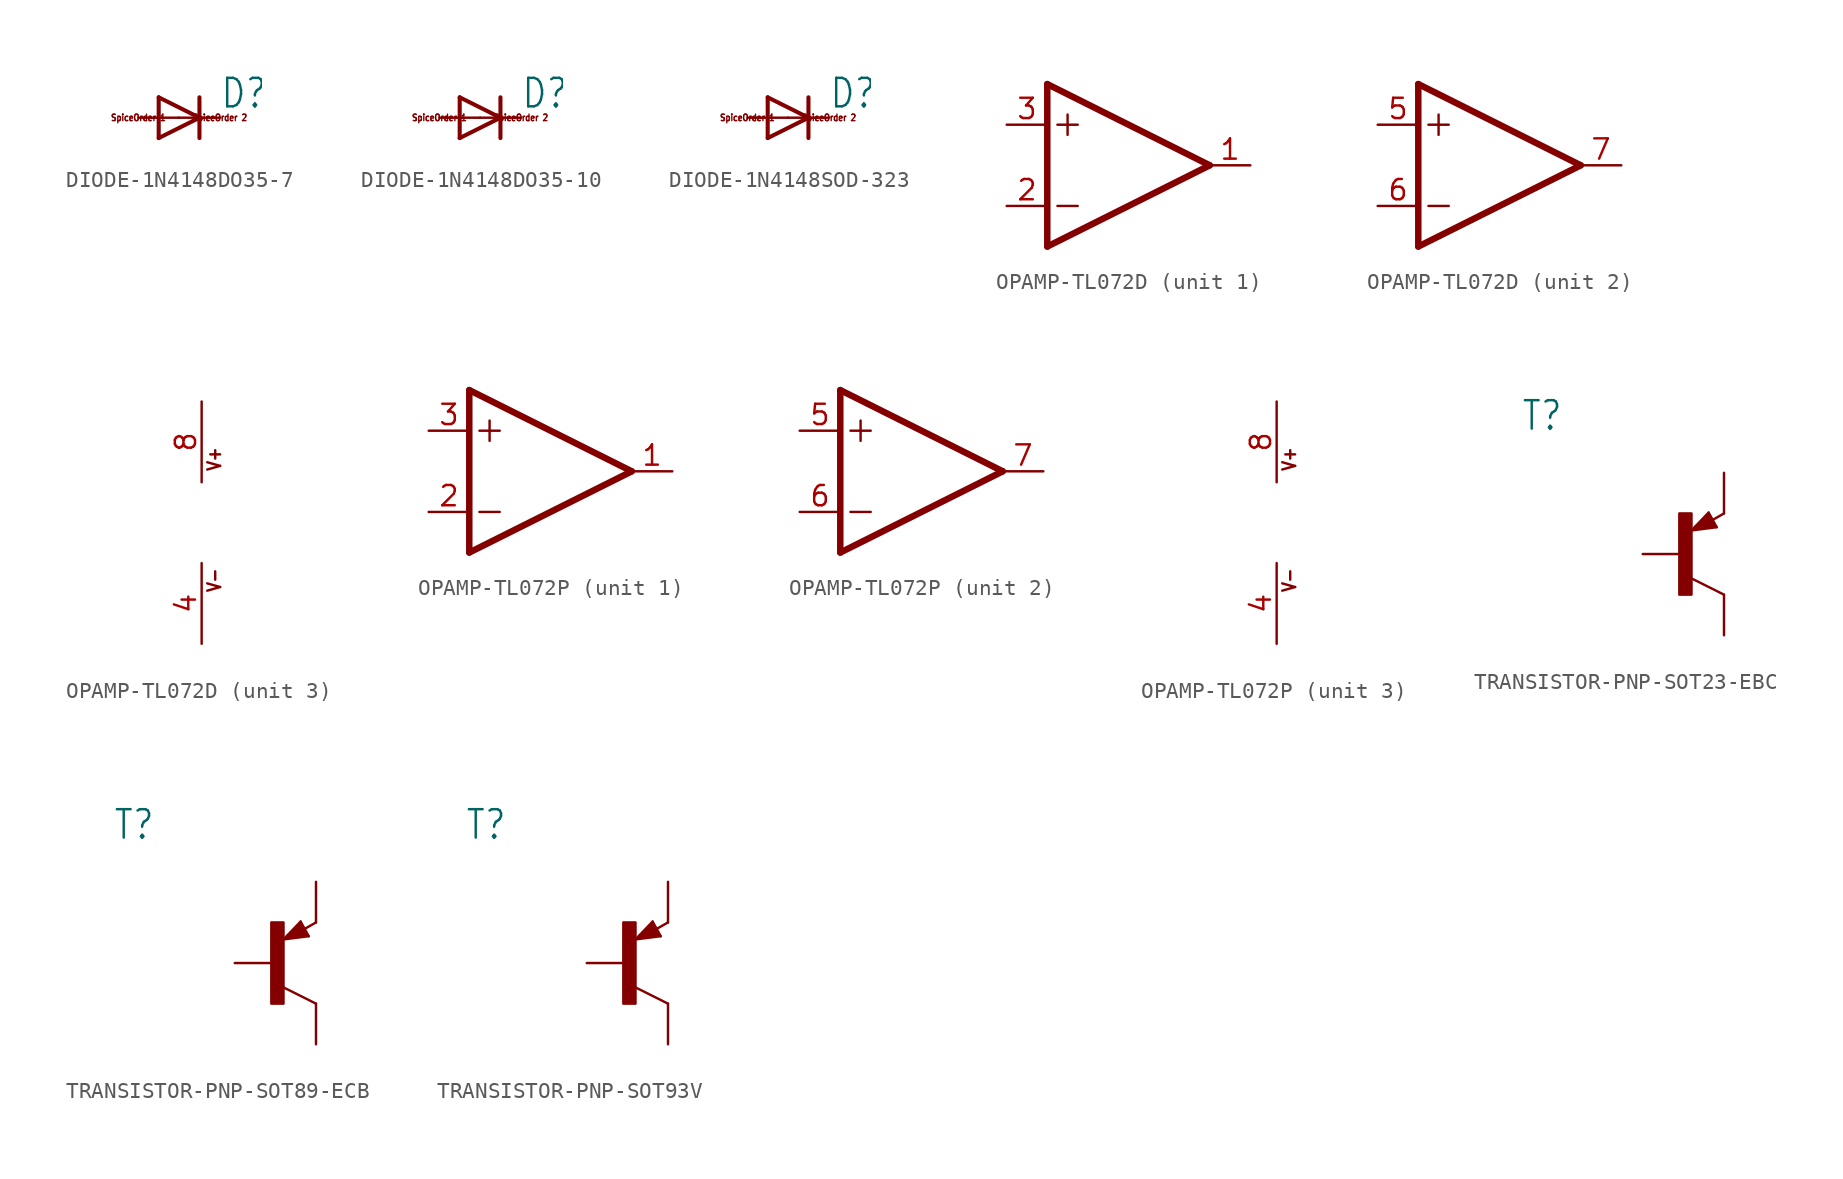
<source format=kicad_sym>
(kicad_symbol_lib
  (version 20231120)
  (generator "kicad_symbol_editor")
  (generator_version "8.0")
  (symbol "DIODE-1N4148DO35-7"
    (property "Reference" "D"
      (at 2.54 0.483 0)
      (effects (font (size 1.778 1.511)) (justify left bottom)))
    (property "Value" ""
      (at 2.54 -2.311 0)
      (effects (font (size 1.778 1.511)) (justify left bottom)))
    (property "ki_locked" ""
      (at 0 0 0)
      (effects (font (size 1.27 1.27))))
    (symbol "DIODE-1N4148DO35-7_1_0"
      (polyline (pts (xy -1.27 -1.27) (xy 1.27 0)) (stroke (width 0.254) (type solid)) (fill (type none)))
      (polyline (pts (xy -1.27 1.27) (xy -1.27 -1.27)) (stroke (width 0.254) (type solid)) (fill (type none)))
      (polyline (pts (xy 1.27 0) (xy -1.27 1.27)) (stroke (width 0.254) (type solid)) (fill (type none)))
      (polyline (pts (xy 1.27 0) (xy 1.27 -1.27)) (stroke (width 0.254) (type solid)) (fill (type none)))
      (polyline (pts (xy 1.27 1.27) (xy 1.27 0)) (stroke (width 0.254) (type solid)) (fill (type none)))
      (text "SpiceOrder 1" (at -2.54 0 0) (effects (font (size 0.406 0.345))))
      (text "SpiceOrder 2" (at 2.54 0 0) (effects (font (size 0.406 0.345))))
      (pin passive line (at -2.54 0 0) (length 2.54) (name "A" (effects (font (size 0 0)))) (number "A" (effects (font (size 0 0)))))
      (pin passive line (at 2.54 0 180) (length 2.54) (name "C" (effects (font (size 0 0)))) (number "C" (effects (font (size 0 0)))))))
  (symbol "DIODE-1N4148DO35-10"
    (property "Reference" "D"
      (at 2.54 0.483 0)
      (effects (font (size 1.778 1.511)) (justify left bottom)))
    (property "Value" ""
      (at 2.54 -2.311 0)
      (effects (font (size 1.778 1.511)) (justify left bottom)))
    (property "ki_locked" ""
      (at 0 0 0)
      (effects (font (size 1.27 1.27))))
    (symbol "DIODE-1N4148DO35-10_1_0"
      (polyline (pts (xy -1.27 -1.27) (xy 1.27 0)) (stroke (width 0.254) (type solid)) (fill (type none)))
      (polyline (pts (xy -1.27 1.27) (xy -1.27 -1.27)) (stroke (width 0.254) (type solid)) (fill (type none)))
      (polyline (pts (xy 1.27 0) (xy -1.27 1.27)) (stroke (width 0.254) (type solid)) (fill (type none)))
      (polyline (pts (xy 1.27 0) (xy 1.27 -1.27)) (stroke (width 0.254) (type solid)) (fill (type none)))
      (polyline (pts (xy 1.27 1.27) (xy 1.27 0)) (stroke (width 0.254) (type solid)) (fill (type none)))
      (text "SpiceOrder 1" (at -2.54 0 0) (effects (font (size 0.406 0.345))))
      (text "SpiceOrder 2" (at 2.54 0 0) (effects (font (size 0.406 0.345))))
      (pin passive line (at -2.54 0 0) (length 2.54) (name "A" (effects (font (size 0 0)))) (number "A" (effects (font (size 0 0)))))
      (pin passive line (at 2.54 0 180) (length 2.54) (name "C" (effects (font (size 0 0)))) (number "C" (effects (font (size 0 0)))))))
  (symbol "DIODE-1N4148SOD-323"
    (property "Reference" "D"
      (at 2.54 0.483 0)
      (effects (font (size 1.778 1.511)) (justify left bottom)))
    (property "Value" ""
      (at 2.54 -2.311 0)
      (effects (font (size 1.778 1.511)) (justify left bottom)))
    (property "ki_locked" ""
      (at 0 0 0)
      (effects (font (size 1.27 1.27))))
    (symbol "DIODE-1N4148SOD-323_1_0"
      (polyline (pts (xy -1.27 -1.27) (xy 1.27 0)) (stroke (width 0.254) (type solid)) (fill (type none)))
      (polyline (pts (xy -1.27 1.27) (xy -1.27 -1.27)) (stroke (width 0.254) (type solid)) (fill (type none)))
      (polyline (pts (xy 1.27 0) (xy -1.27 1.27)) (stroke (width 0.254) (type solid)) (fill (type none)))
      (polyline (pts (xy 1.27 0) (xy 1.27 -1.27)) (stroke (width 0.254) (type solid)) (fill (type none)))
      (polyline (pts (xy 1.27 1.27) (xy 1.27 0)) (stroke (width 0.254) (type solid)) (fill (type none)))
      (text "SpiceOrder 1" (at -2.54 0 0) (effects (font (size 0.406 0.345))))
      (text "SpiceOrder 2" (at 2.54 0 0) (effects (font (size 0.406 0.345))))
      (pin passive line (at -2.54 0 0) (length 2.54) (name "A" (effects (font (size 0 0)))) (number "A" (effects (font (size 0 0)))))
      (pin passive line (at 2.54 0 180) (length 2.54) (name "C" (effects (font (size 0 0)))) (number "C" (effects (font (size 0 0)))))))
  (symbol "OPAMP-TL072D"
    (property "Reference" "IC"
      (at 2.54 3.175 0)
      (effects (font (size 1.778 1.511)) (justify left bottom) (hide yes)))
    (property "ki_locked" ""
      (at 0 0 0)
      (effects (font (size 1.27 1.27))))
    (symbol "OPAMP-TL072D_1_0"
      (polyline (pts (xy -5.08 -5.08) (xy 5.08 0)) (stroke (width 0.406) (type solid)) (fill (type none)))
      (polyline (pts (xy -5.08 5.08) (xy -5.08 -5.08)) (stroke (width 0.406) (type solid)) (fill (type none)))
      (polyline (pts (xy -4.445 -2.54) (xy -3.175 -2.54)) (stroke (width 0.152) (type solid)) (fill (type none)))
      (polyline (pts (xy -4.445 2.54) (xy -3.175 2.54)) (stroke (width 0.152) (type solid)) (fill (type none)))
      (polyline (pts (xy -3.81 3.175) (xy -3.81 1.905)) (stroke (width 0.152) (type solid)) (fill (type none)))
      (polyline (pts (xy 5.08 0) (xy -5.08 5.08)) (stroke (width 0.406) (type solid)) (fill (type none)))
      (pin output line (at 7.62 0 180) (length 2.54) (name "OUT" (effects (font (size 0 0)))) (number "1" (effects (font (size 1.27 1.27)))))
      (pin input line (at -7.62 -2.54 0) (length 2.54) (name "-IN" (effects (font (size 0 0)))) (number "2" (effects (font (size 1.27 1.27)))))
      (pin input line (at -7.62 2.54 0) (length 2.54) (name "+IN" (effects (font (size 0 0)))) (number "3" (effects (font (size 1.27 1.27))))))
    (symbol "OPAMP-TL072D_2_0"
      (polyline (pts (xy -5.08 -5.08) (xy 5.08 0)) (stroke (width 0.406) (type solid)) (fill (type none)))
      (polyline (pts (xy -5.08 5.08) (xy -5.08 -5.08)) (stroke (width 0.406) (type solid)) (fill (type none)))
      (polyline (pts (xy -4.445 -2.54) (xy -3.175 -2.54)) (stroke (width 0.152) (type solid)) (fill (type none)))
      (polyline (pts (xy -4.445 2.54) (xy -3.175 2.54)) (stroke (width 0.152) (type solid)) (fill (type none)))
      (polyline (pts (xy -3.81 3.175) (xy -3.81 1.905)) (stroke (width 0.152) (type solid)) (fill (type none)))
      (polyline (pts (xy 5.08 0) (xy -5.08 5.08)) (stroke (width 0.406) (type solid)) (fill (type none)))
      (pin input line (at -7.62 2.54 0) (length 2.54) (name "+IN" (effects (font (size 0 0)))) (number "5" (effects (font (size 1.27 1.27)))))
      (pin input line (at -7.62 -2.54 0) (length 2.54) (name "-IN" (effects (font (size 0 0)))) (number "6" (effects (font (size 1.27 1.27)))))
      (pin output line (at 7.62 0 180) (length 2.54) (name "OUT" (effects (font (size 0 0)))) (number "7" (effects (font (size 1.27 1.27))))))
    (symbol "OPAMP-TL072D_3_0"
      (text "V+" (at 1.27 3.175 900) (effects (font (size 0.813 0.691)) (justify left bottom)))
      (text "V-" (at 1.27 -4.445 900) (effects (font (size 0.813 0.691)) (justify left bottom)))
      (pin power_in line (at 0 -7.62 90) (length 5.08) (name "V-" (effects (font (size 0 0)))) (number "4" (effects (font (size 1.27 1.27)))))
      (pin power_in line (at 0 7.62 270) (length 5.08) (name "V+" (effects (font (size 0 0)))) (number "8" (effects (font (size 1.27 1.27)))))))
  (symbol "OPAMP-TL072P"
    (property "Reference" "IC"
      (at 2.54 3.175 0)
      (effects (font (size 1.778 1.511)) (justify left bottom) (hide yes)))
    (property "ki_locked" ""
      (at 0 0 0)
      (effects (font (size 1.27 1.27))))
    (symbol "OPAMP-TL072P_1_0"
      (polyline (pts (xy -5.08 -5.08) (xy 5.08 0)) (stroke (width 0.406) (type solid)) (fill (type none)))
      (polyline (pts (xy -5.08 5.08) (xy -5.08 -5.08)) (stroke (width 0.406) (type solid)) (fill (type none)))
      (polyline (pts (xy -4.445 -2.54) (xy -3.175 -2.54)) (stroke (width 0.152) (type solid)) (fill (type none)))
      (polyline (pts (xy -4.445 2.54) (xy -3.175 2.54)) (stroke (width 0.152) (type solid)) (fill (type none)))
      (polyline (pts (xy -3.81 3.175) (xy -3.81 1.905)) (stroke (width 0.152) (type solid)) (fill (type none)))
      (polyline (pts (xy 5.08 0) (xy -5.08 5.08)) (stroke (width 0.406) (type solid)) (fill (type none)))
      (pin output line (at 7.62 0 180) (length 2.54) (name "OUT" (effects (font (size 0 0)))) (number "1" (effects (font (size 1.27 1.27)))))
      (pin input line (at -7.62 -2.54 0) (length 2.54) (name "-IN" (effects (font (size 0 0)))) (number "2" (effects (font (size 1.27 1.27)))))
      (pin input line (at -7.62 2.54 0) (length 2.54) (name "+IN" (effects (font (size 0 0)))) (number "3" (effects (font (size 1.27 1.27))))))
    (symbol "OPAMP-TL072P_2_0"
      (polyline (pts (xy -5.08 -5.08) (xy 5.08 0)) (stroke (width 0.406) (type solid)) (fill (type none)))
      (polyline (pts (xy -5.08 5.08) (xy -5.08 -5.08)) (stroke (width 0.406) (type solid)) (fill (type none)))
      (polyline (pts (xy -4.445 -2.54) (xy -3.175 -2.54)) (stroke (width 0.152) (type solid)) (fill (type none)))
      (polyline (pts (xy -4.445 2.54) (xy -3.175 2.54)) (stroke (width 0.152) (type solid)) (fill (type none)))
      (polyline (pts (xy -3.81 3.175) (xy -3.81 1.905)) (stroke (width 0.152) (type solid)) (fill (type none)))
      (polyline (pts (xy 5.08 0) (xy -5.08 5.08)) (stroke (width 0.406) (type solid)) (fill (type none)))
      (pin input line (at -7.62 2.54 0) (length 2.54) (name "+IN" (effects (font (size 0 0)))) (number "5" (effects (font (size 1.27 1.27)))))
      (pin input line (at -7.62 -2.54 0) (length 2.54) (name "-IN" (effects (font (size 0 0)))) (number "6" (effects (font (size 1.27 1.27)))))
      (pin output line (at 7.62 0 180) (length 2.54) (name "OUT" (effects (font (size 0 0)))) (number "7" (effects (font (size 1.27 1.27))))))
    (symbol "OPAMP-TL072P_3_0"
      (text "V+" (at 1.27 3.175 900) (effects (font (size 0.813 0.691)) (justify left bottom)))
      (text "V-" (at 1.27 -4.445 900) (effects (font (size 0.813 0.691)) (justify left bottom)))
      (pin power_in line (at 0 -7.62 90) (length 5.08) (name "V-" (effects (font (size 0 0)))) (number "4" (effects (font (size 1.27 1.27)))))
      (pin power_in line (at 0 7.62 270) (length 5.08) (name "V+" (effects (font (size 0 0)))) (number "8" (effects (font (size 1.27 1.27)))))))
  (symbol "TRANSISTOR-PNP-SOT23-EBC"
    (property "Reference" "T"
      (at -10.16 7.62 0)
      (effects (font (size 1.778 1.511)) (justify left bottom)))
    (property "Value" ""
      (at -10.16 5.08 0)
      (effects (font (size 1.778 1.511)) (justify left bottom)))
    (property "ki_locked" ""
      (at 0 0 0)
      (effects (font (size 1.27 1.27))))
    (symbol "TRANSISTOR-PNP-SOT23-EBC_1_0"
      (rectangle (start -0.254 -2.54) (end 0.508 2.54) (stroke (width 0) (type default)) (fill (type outline)))
      (polyline (pts (xy 0.516 1.478) (xy 2.086 1.678)) (stroke (width 0.152) (type solid)) (fill (type none)))
      (polyline (pts (xy 0.762 1.651) (xy 1.778 1.778)) (stroke (width 0.254) (type solid)) (fill (type none)))
      (polyline (pts (xy 1.143 1.905) (xy 1.524 1.905)) (stroke (width 0.254) (type solid)) (fill (type none)))
      (polyline (pts (xy 1.524 2.159) (xy 1.143 1.905)) (stroke (width 0.254) (type solid)) (fill (type none)))
      (polyline (pts (xy 1.524 2.413) (xy 0.762 1.651)) (stroke (width 0.254) (type solid)) (fill (type none)))
      (polyline (pts (xy 1.578 2.594) (xy 0.516 1.478)) (stroke (width 0.152) (type solid)) (fill (type none)))
      (polyline (pts (xy 1.778 1.778) (xy 1.524 2.159)) (stroke (width 0.254) (type solid)) (fill (type none)))
      (polyline (pts (xy 1.905 1.778) (xy 1.524 2.413)) (stroke (width 0.254) (type solid)) (fill (type none)))
      (polyline (pts (xy 2.086 1.678) (xy 1.578 2.594)) (stroke (width 0.152) (type solid)) (fill (type none)))
      (polyline (pts (xy 2.54 -2.54) (xy 0.508 -1.524)) (stroke (width 0.152) (type solid)) (fill (type none)))
      (polyline (pts (xy 2.54 2.54) (xy 1.808 2.124)) (stroke (width 0.152) (type solid)) (fill (type none)))
      (pin passive line (at -2.54 0 0) (length 2.54) (name "B" (effects (font (size 0 0)))) (number "B" (effects (font (size 0 0)))))
      (pin passive line (at 2.54 -5.08 90) (length 2.54) (name "C" (effects (font (size 0 0)))) (number "C" (effects (font (size 0 0)))))
      (pin passive line (at 2.54 5.08 270) (length 2.54) (name "E" (effects (font (size 0 0)))) (number "E" (effects (font (size 0 0)))))))
  (symbol "TRANSISTOR-PNP-SOT89-ECB"
    (property "Reference" "T"
      (at -10.16 7.62 0)
      (effects (font (size 1.778 1.511)) (justify left bottom)))
    (property "Value" ""
      (at -10.16 5.08 0)
      (effects (font (size 1.778 1.511)) (justify left bottom)))
    (property "ki_locked" ""
      (at 0 0 0)
      (effects (font (size 1.27 1.27))))
    (symbol "TRANSISTOR-PNP-SOT89-ECB_1_0"
      (rectangle (start -0.254 -2.54) (end 0.508 2.54) (stroke (width 0) (type default)) (fill (type outline)))
      (polyline (pts (xy 0.516 1.478) (xy 2.086 1.678)) (stroke (width 0.152) (type solid)) (fill (type none)))
      (polyline (pts (xy 0.762 1.651) (xy 1.778 1.778)) (stroke (width 0.254) (type solid)) (fill (type none)))
      (polyline (pts (xy 1.143 1.905) (xy 1.524 1.905)) (stroke (width 0.254) (type solid)) (fill (type none)))
      (polyline (pts (xy 1.524 2.159) (xy 1.143 1.905)) (stroke (width 0.254) (type solid)) (fill (type none)))
      (polyline (pts (xy 1.524 2.413) (xy 0.762 1.651)) (stroke (width 0.254) (type solid)) (fill (type none)))
      (polyline (pts (xy 1.578 2.594) (xy 0.516 1.478)) (stroke (width 0.152) (type solid)) (fill (type none)))
      (polyline (pts (xy 1.778 1.778) (xy 1.524 2.159)) (stroke (width 0.254) (type solid)) (fill (type none)))
      (polyline (pts (xy 1.905 1.778) (xy 1.524 2.413)) (stroke (width 0.254) (type solid)) (fill (type none)))
      (polyline (pts (xy 2.086 1.678) (xy 1.578 2.594)) (stroke (width 0.152) (type solid)) (fill (type none)))
      (polyline (pts (xy 2.54 -2.54) (xy 0.508 -1.524)) (stroke (width 0.152) (type solid)) (fill (type none)))
      (polyline (pts (xy 2.54 2.54) (xy 1.808 2.124)) (stroke (width 0.152) (type solid)) (fill (type none)))
      (pin passive line (at -2.54 0 0) (length 2.54) (name "B" (effects (font (size 0 0)))) (number "B" (effects (font (size 0 0)))))
      (pin passive line (at 2.54 -5.08 90) (length 2.54) (name "C" (effects (font (size 0 0)))) (number "C" (effects (font (size 0 0)))))
      (pin passive line (at 2.54 5.08 270) (length 2.54) (name "E" (effects (font (size 0 0)))) (number "E" (effects (font (size 0 0)))))))
  (symbol "TRANSISTOR-PNP-SOT93V"
    (property "Reference" "T"
      (at -10.16 7.62 0)
      (effects (font (size 1.778 1.511)) (justify left bottom)))
    (property "Value" ""
      (at -10.16 5.08 0)
      (effects (font (size 1.778 1.511)) (justify left bottom)))
    (property "ki_locked" ""
      (at 0 0 0)
      (effects (font (size 1.27 1.27))))
    (symbol "TRANSISTOR-PNP-SOT93V_1_0"
      (rectangle (start -0.254 -2.54) (end 0.508 2.54) (stroke (width 0) (type default)) (fill (type outline)))
      (polyline (pts (xy 0.516 1.478) (xy 2.086 1.678)) (stroke (width 0.152) (type solid)) (fill (type none)))
      (polyline (pts (xy 0.762 1.651) (xy 1.778 1.778)) (stroke (width 0.254) (type solid)) (fill (type none)))
      (polyline (pts (xy 1.143 1.905) (xy 1.524 1.905)) (stroke (width 0.254) (type solid)) (fill (type none)))
      (polyline (pts (xy 1.524 2.159) (xy 1.143 1.905)) (stroke (width 0.254) (type solid)) (fill (type none)))
      (polyline (pts (xy 1.524 2.413) (xy 0.762 1.651)) (stroke (width 0.254) (type solid)) (fill (type none)))
      (polyline (pts (xy 1.578 2.594) (xy 0.516 1.478)) (stroke (width 0.152) (type solid)) (fill (type none)))
      (polyline (pts (xy 1.778 1.778) (xy 1.524 2.159)) (stroke (width 0.254) (type solid)) (fill (type none)))
      (polyline (pts (xy 1.905 1.778) (xy 1.524 2.413)) (stroke (width 0.254) (type solid)) (fill (type none)))
      (polyline (pts (xy 2.086 1.678) (xy 1.578 2.594)) (stroke (width 0.152) (type solid)) (fill (type none)))
      (polyline (pts (xy 2.54 -2.54) (xy 0.508 -1.524)) (stroke (width 0.152) (type solid)) (fill (type none)))
      (polyline (pts (xy 2.54 2.54) (xy 1.808 2.124)) (stroke (width 0.152) (type solid)) (fill (type none)))
      (pin passive line (at -2.54 0 0) (length 2.54) (name "B" (effects (font (size 0 0)))) (number "B" (effects (font (size 0 0)))))
      (pin passive line (at 2.54 -5.08 90) (length 2.54) (name "C" (effects (font (size 0 0)))) (number "C" (effects (font (size 0 0)))))
      (pin passive line (at 2.54 5.08 270) (length 2.54) (name "E" (effects (font (size 0 0)))) (number "E" (effects (font (size 0 0))))))))
</source>
